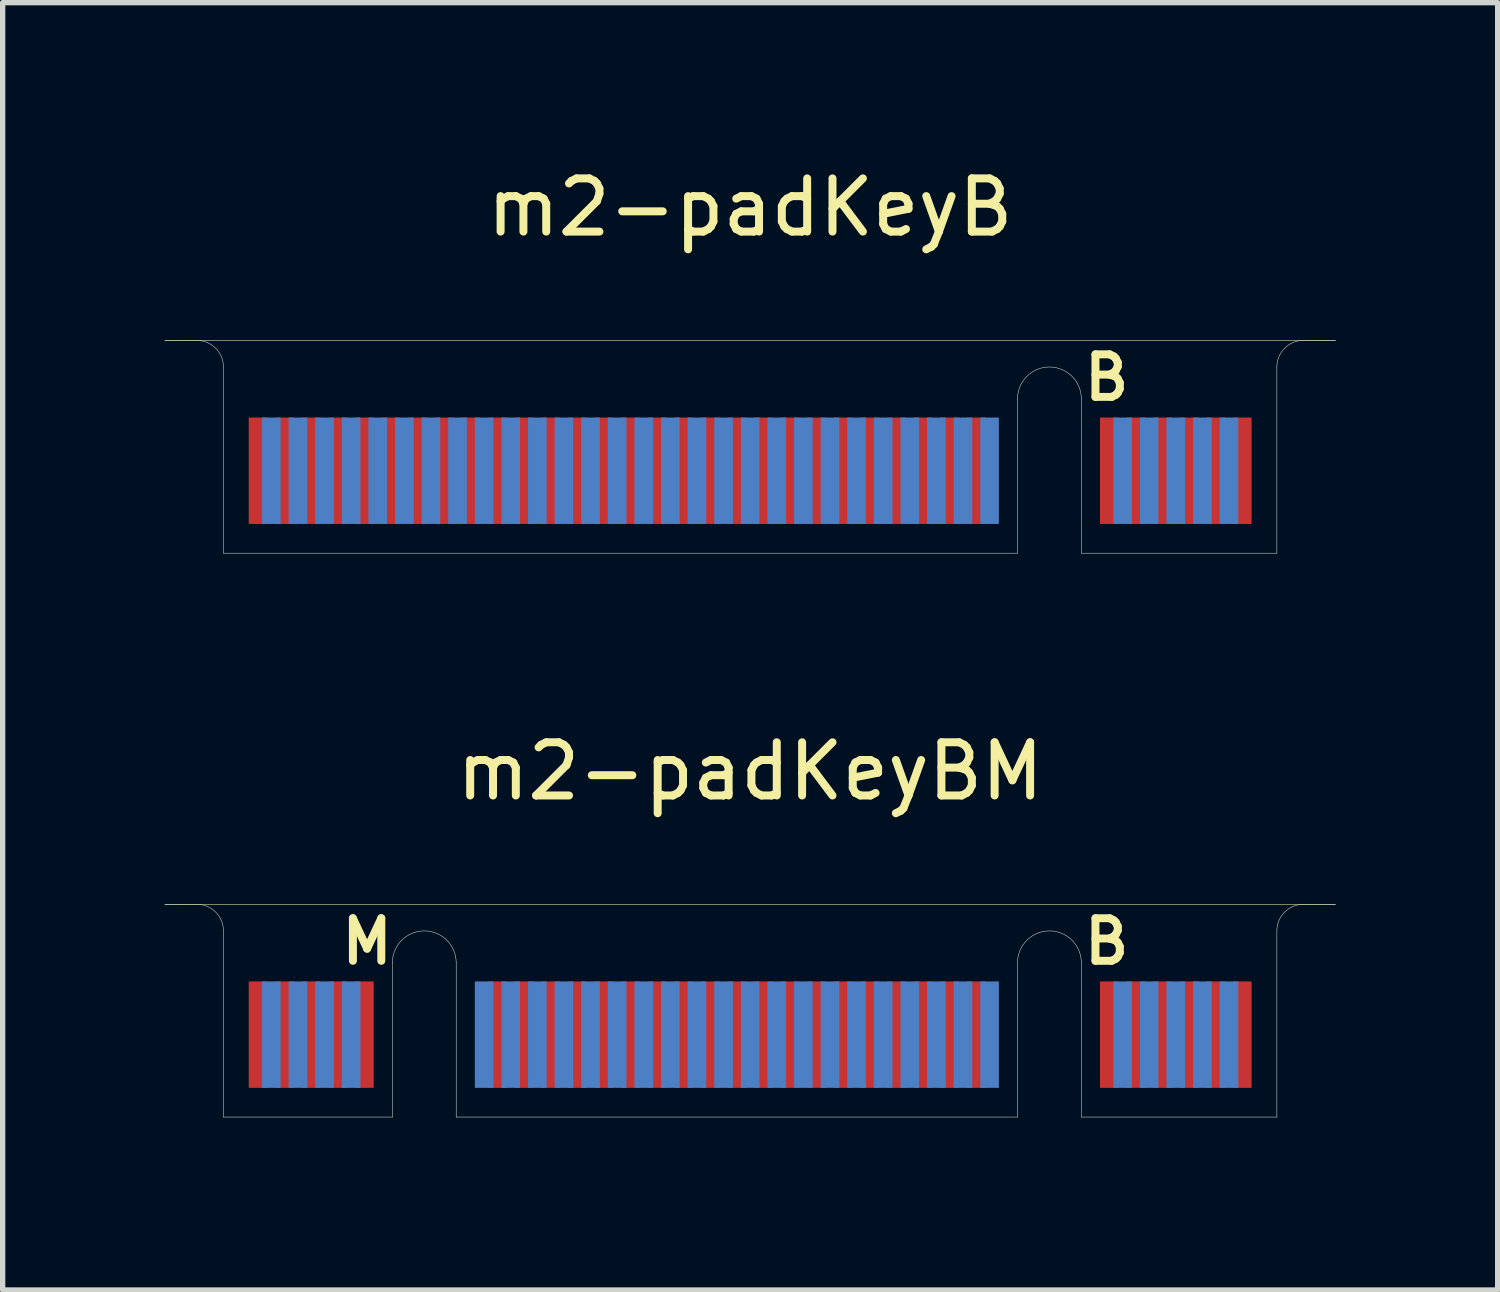
<source format=kicad_pcb>
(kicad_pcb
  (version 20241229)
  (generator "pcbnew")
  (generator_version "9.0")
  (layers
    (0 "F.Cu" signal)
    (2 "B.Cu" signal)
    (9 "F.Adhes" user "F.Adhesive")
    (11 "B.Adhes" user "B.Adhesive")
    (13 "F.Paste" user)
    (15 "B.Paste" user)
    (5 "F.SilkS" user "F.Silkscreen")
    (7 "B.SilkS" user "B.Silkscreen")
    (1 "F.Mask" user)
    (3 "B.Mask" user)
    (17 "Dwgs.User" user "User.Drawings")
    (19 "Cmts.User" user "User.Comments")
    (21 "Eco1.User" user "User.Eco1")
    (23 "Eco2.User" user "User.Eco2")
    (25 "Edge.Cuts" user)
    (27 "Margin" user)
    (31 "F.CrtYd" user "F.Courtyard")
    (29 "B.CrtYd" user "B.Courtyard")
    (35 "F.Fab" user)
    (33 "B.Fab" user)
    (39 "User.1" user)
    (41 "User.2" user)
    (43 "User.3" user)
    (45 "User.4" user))
  (footprint "m2-padKeyBM"
    (layer "F.Cu")
    (at 11.05 17.947)
    (property "Reference" "m2-padKeyBM" (at 0 -6.5 0) (layer "F.SilkS") (effects (font (size 1 1) (thickness 0.15))))
    (attr smd)
    (fp_poly (pts (xy -11 -4) (xy -11 0) (xy 11 0) (xy 11 -4)) (stroke (width 0.1) (type solid)) (fill yes) (layer "F.Mask"))
    (fp_poly (pts (xy -11 -4) (xy -11 0) (xy 11 0) (xy 11 -4)) (stroke (width 0.1) (type solid)) (fill yes) (layer "B.Mask"))
    (fp_line (start -11 -4) (end 11 -4) (stroke (width 0.01) (type solid)) (layer "F.SilkS"))
    (fp_line (start 0 0) (end 0 -4) (stroke (width 0.01) (type solid)) (layer "Eco1.User"))
    (fp_line (start -11 -4) (end -10.4 -4) (stroke (width 0.01) (type solid)) (layer "Edge.Cuts"))
    (fp_line (start -9.9 0) (end -9.9 -3.5) (stroke (width 0.01) (type solid)) (layer "Edge.Cuts"))
    (fp_line (start -9.9 0) (end -6.725 0) (stroke (width 0.01) (type solid)) (layer "Edge.Cuts"))
    (fp_line (start -6.725 0) (end -6.725 -2.9) (stroke (width 0.01) (type solid)) (layer "Edge.Cuts"))
    (fp_line (start -5.525 0) (end -5.525 -2.9) (stroke (width 0.01) (type solid)) (layer "Edge.Cuts"))
    (fp_line (start -5.525 0) (end 5.025 0) (stroke (width 0.01) (type solid)) (layer "Edge.Cuts"))
    (fp_line (start 5.025 0) (end 5.025 -2.9) (stroke (width 0.01) (type solid)) (layer "Edge.Cuts"))
    (fp_line (start 6.225 0) (end 6.225 -2.9) (stroke (width 0.01) (type solid)) (layer "Edge.Cuts"))
    (fp_line (start 6.225 0) (end 9.9 0) (stroke (width 0.01) (type solid)) (layer "Edge.Cuts"))
    (fp_line (start 9.9 0) (end 9.9 -3.5) (stroke (width 0.01) (type solid)) (layer "Edge.Cuts"))
    (fp_line (start 11 -4) (end 10.4 -4) (stroke (width 0.01) (type solid)) (layer "Edge.Cuts"))
    (fp_arc (start -10.4 -4) (mid -10.046447 -3.853553) (end -9.9 -3.5) (stroke (width 0.01) (type solid)) (layer "Edge.Cuts"))
    (fp_arc (start -6.725 -2.9) (mid -6.125 -3.5) (end -5.525 -2.9) (stroke (width 0.01) (type solid)) (layer "Edge.Cuts"))
    (fp_arc (start 5.025 -2.9) (mid 5.625 -3.5) (end 6.225 -2.9) (stroke (width 0.01) (type solid)) (layer "Edge.Cuts"))
    (fp_arc (start 9.9 -3.5) (mid 10.046447 -3.853553) (end 10.4 -4) (stroke (width 0.01) (type solid)) (layer "Edge.Cuts"))
    (fp_text user "B" (at 6.7 -3.3 0) (layer "F.SilkS") (effects (font (size 0.8 0.8) (thickness 0.15))))
    (fp_text user "M" (at -7.2 -3.3 0) (layer "F.SilkS") (effects (font (size 0.8 0.8) (thickness 0.15))))
    (pad "1" smd rect (at 9.25 -1.55) (size 0.35 2) (layers "F.Cu" "F.Mask"))
    (pad "2" smd rect (at 9 -1.55) (size 0.35 2) (layers "B.Cu" "B.Mask"))
    (pad "3" smd rect (at 8.75 -1.55) (size 0.35 2) (layers "F.Cu" "F.Mask"))
    (pad "4" smd rect (at 8.5 -1.55) (size 0.35 2) (layers "B.Cu" "B.Mask"))
    (pad "5" smd rect (at 8.25 -1.55) (size 0.35 2) (layers "F.Cu" "F.Mask"))
    (pad "6" smd rect (at 8 -1.55) (size 0.35 2) (layers "B.Cu" "B.Mask"))
    (pad "7" smd rect (at 7.75 -1.55) (size 0.35 2) (layers "F.Cu" "F.Mask"))
    (pad "8" smd rect (at 7.5 -1.55) (size 0.35 2) (layers "B.Cu" "B.Mask"))
    (pad "9" smd rect (at 7.25 -1.55) (size 0.35 2) (layers "F.Cu" "F.Mask"))
    (pad "10" smd rect (at 7 -1.55) (size 0.35 2) (layers "B.Cu" "B.Mask"))
    (pad "11" smd rect (at 6.75 -1.55) (size 0.35 2) (layers "F.Cu" "F.Mask"))
    (pad "20" smd rect (at 4.5 -1.55) (size 0.35 2) (layers "B.Cu" "B.Mask"))
    (pad "21" smd rect (at 4.25 -1.55) (size 0.35 2) (layers "F.Cu" "F.Mask"))
    (pad "22" smd rect (at 4 -1.55) (size 0.35 2) (layers "B.Cu" "B.Mask"))
    (pad "23" smd rect (at 3.75 -1.55) (size 0.35 2) (layers "F.Cu" "F.Mask"))
    (pad "24" smd rect (at 3.5 -1.55) (size 0.35 2) (layers "B.Cu" "B.Mask"))
    (pad "25" smd rect (at 3.25 -1.55) (size 0.35 2) (layers "F.Cu" "F.Mask"))
    (pad "26" smd rect (at 3 -1.55) (size 0.35 2) (layers "B.Cu" "B.Mask"))
    (pad "27" smd rect (at 2.75 -1.55) (size 0.35 2) (layers "F.Cu" "F.Mask"))
    (pad "28" smd rect (at 2.5 -1.55) (size 0.35 2) (layers "B.Cu" "B.Mask"))
    (pad "29" smd rect (at 2.25 -1.55) (size 0.35 2) (layers "F.Cu" "F.Mask"))
    (pad "30" smd rect (at 2 -1.55) (size 0.35 2) (layers "B.Cu" "B.Mask"))
    (pad "31" smd rect (at 1.75 -1.55) (size 0.35 2) (layers "F.Cu" "F.Mask"))
    (pad "32" smd rect (at 1.5 -1.55) (size 0.35 2) (layers "B.Cu" "B.Mask"))
    (pad "33" smd rect (at 1.25 -1.55) (size 0.35 2) (layers "F.Cu" "F.Mask"))
    (pad "34" smd rect (at 1 -1.55) (size 0.35 2) (layers "B.Cu" "B.Mask"))
    (pad "35" smd rect (at 0.75 -1.55) (size 0.35 2) (layers "F.Cu" "F.Mask"))
    (pad "36" smd rect (at 0.5 -1.55) (size 0.35 2) (layers "B.Cu" "B.Mask"))
    (pad "37" smd rect (at 0.25 -1.55) (size 0.35 2) (layers "F.Cu" "F.Mask"))
    (pad "38" smd rect (at 0 -1.55) (size 0.35 2) (layers "B.Cu" "B.Mask"))
    (pad "39" smd rect (at -0.25 -1.55) (size 0.35 2) (layers "F.Cu" "F.Mask"))
    (pad "40" smd rect (at -0.5 -1.55) (size 0.35 2) (layers "B.Cu" "B.Mask"))
    (pad "41" smd rect (at -0.75 -1.55) (size 0.35 2) (layers "F.Cu" "F.Mask"))
    (pad "42" smd rect (at -1 -1.55) (size 0.35 2) (layers "B.Cu" "B.Mask"))
    (pad "43" smd rect (at -1.25 -1.55) (size 0.35 2) (layers "F.Cu" "F.Mask"))
    (pad "44" smd rect (at -1.5 -1.55) (size 0.35 2) (layers "B.Cu" "B.Mask"))
    (pad "45" smd rect (at -1.75 -1.55) (size 0.35 2) (layers "F.Cu" "F.Mask"))
    (pad "46" smd rect (at -2 -1.55) (size 0.35 2) (layers "B.Cu" "B.Mask"))
    (pad "47" smd rect (at -2.25 -1.55) (size 0.35 2) (layers "F.Cu" "F.Mask"))
    (pad "48" smd rect (at -2.5 -1.55) (size 0.35 2) (layers "B.Cu" "B.Mask"))
    (pad "49" smd rect (at -2.75 -1.55) (size 0.35 2) (layers "F.Cu" "F.Mask"))
    (pad "50" smd rect (at -3 -1.55) (size 0.35 2) (layers "B.Cu" "B.Mask"))
    (pad "51" smd rect (at -3.25 -1.55) (size 0.35 2) (layers "F.Cu" "F.Mask"))
    (pad "52" smd rect (at -3.5 -1.55) (size 0.35 2) (layers "B.Cu" "B.Mask"))
    (pad "53" smd rect (at -3.75 -1.55) (size 0.35 2) (layers "F.Cu" "F.Mask"))
    (pad "54" smd rect (at -4 -1.55) (size 0.35 2) (layers "B.Cu" "B.Mask"))
    (pad "55" smd rect (at -4.25 -1.55) (size 0.35 2) (layers "F.Cu" "F.Mask"))
    (pad "56" smd rect (at -4.5 -1.55) (size 0.35 2) (layers "B.Cu" "B.Mask"))
    (pad "57" smd rect (at -4.75 -1.55) (size 0.35 2) (layers "F.Cu" "F.Mask"))
    (pad "58" smd rect (at -5 -1.55) (size 0.35 2) (layers "B.Cu" "B.Mask"))
    (pad "67" smd rect (at -7.25 -1.55) (size 0.35 2) (layers "F.Cu" "F.Mask"))
    (pad "68" smd rect (at -7.5 -1.55) (size 0.35 2) (layers "B.Cu" "B.Mask"))
    (pad "69" smd rect (at -7.75 -1.55) (size 0.35 2) (layers "F.Cu" "F.Mask"))
    (pad "70" smd rect (at -8 -1.55) (size 0.35 2) (layers "B.Cu" "B.Mask"))
    (pad "71" smd rect (at -8.25 -1.55) (size 0.35 2) (layers "F.Cu" "F.Mask"))
    (pad "72" smd rect (at -8.5 -1.55) (size 0.35 2) (layers "B.Cu" "B.Mask"))
    (pad "73" smd rect (at -8.75 -1.55) (size 0.35 2) (layers "F.Cu" "F.Mask"))
    (pad "74" smd rect (at -9 -1.55) (size 0.35 2) (layers "B.Cu" "B.Mask"))
    (pad "75" smd rect (at -9.25 -1.55) (size 0.35 2) (layers "F.Cu" "F.Mask")))
  (footprint "m2-padKeyB"
    (layer "F.Cu")
    (at 11.05 7.348)
    (property "Reference" "m2-padKeyB" (at 0 -6.5 0) (layer "F.SilkS") (effects (font (size 1 1) (thickness 0.15))))
    (attr smd)
    (fp_poly (pts (xy -11 -4) (xy -11 0) (xy 11 0) (xy 11 -4)) (stroke (width 0.1) (type solid)) (fill yes) (layer "F.Mask"))
    (fp_poly (pts (xy -11 -4) (xy -11 0) (xy 11 0) (xy 11 -4)) (stroke (width 0.1) (type solid)) (fill yes) (layer "B.Mask"))
    (fp_line (start -11 -4) (end 11 -4) (stroke (width 0.01) (type solid)) (layer "F.SilkS"))
    (fp_line (start 0 0) (end 0 -4) (stroke (width 0.01) (type solid)) (layer "Eco1.User"))
    (fp_line (start -11 -4) (end -10.4 -4) (stroke (width 0.01) (type solid)) (layer "Edge.Cuts"))
    (fp_line (start -9.9 0) (end -9.9 -3.5) (stroke (width 0.01) (type solid)) (layer "Edge.Cuts"))
    (fp_line (start -9.9 0) (end 5.025 0) (stroke (width 0.01) (type solid)) (layer "Edge.Cuts"))
    (fp_line (start 5.025 0) (end 5.025 -2.9) (stroke (width 0.01) (type solid)) (layer "Edge.Cuts"))
    (fp_line (start 6.225 0) (end 6.225 -2.9) (stroke (width 0.01) (type solid)) (layer "Edge.Cuts"))
    (fp_line (start 9.9 0) (end 6.225 0) (stroke (width 0.01) (type solid)) (layer "Edge.Cuts"))
    (fp_line (start 9.9 0) (end 9.9 -3.5) (stroke (width 0.01) (type solid)) (layer "Edge.Cuts"))
    (fp_line (start 11 -4) (end 10.4 -4) (stroke (width 0.01) (type solid)) (layer "Edge.Cuts"))
    (fp_arc (start -10.4 -4) (mid -10.046447 -3.853553) (end -9.9 -3.5) (stroke (width 0.01) (type solid)) (layer "Edge.Cuts"))
    (fp_arc (start 5.025 -2.9) (mid 5.625 -3.5) (end 6.225 -2.9) (stroke (width 0.01) (type solid)) (layer "Edge.Cuts"))
    (fp_arc (start 9.9 -3.5) (mid 10.046447 -3.853553) (end 10.4 -4) (stroke (width 0.01) (type solid)) (layer "Edge.Cuts"))
    (fp_text user "B" (at 6.7 -3.3 0) (layer "F.SilkS") (effects (font (size 0.8 0.8) (thickness 0.15))))
    (pad "1" smd rect (at 9.25 -1.55) (size 0.35 2) (layers "F.Cu" "F.Mask"))
    (pad "2" smd rect (at 9 -1.55) (size 0.35 2) (layers "B.Cu" "B.Mask"))
    (pad "3" smd rect (at 8.75 -1.55) (size 0.35 2) (layers "F.Cu" "F.Mask"))
    (pad "4" smd rect (at 8.5 -1.55) (size 0.35 2) (layers "B.Cu" "B.Mask"))
    (pad "5" smd rect (at 8.25 -1.55) (size 0.35 2) (layers "F.Cu" "F.Mask"))
    (pad "6" smd rect (at 8 -1.55) (size 0.35 2) (layers "B.Cu" "B.Mask"))
    (pad "7" smd rect (at 7.75 -1.55) (size 0.35 2) (layers "F.Cu" "F.Mask"))
    (pad "8" smd rect (at 7.5 -1.55) (size 0.35 2) (layers "B.Cu" "B.Mask"))
    (pad "9" smd rect (at 7.25 -1.55) (size 0.35 2) (layers "F.Cu" "F.Mask"))
    (pad "10" smd rect (at 7 -1.55) (size 0.35 2) (layers "B.Cu" "B.Mask"))
    (pad "11" smd rect (at 6.75 -1.55) (size 0.35 2) (layers "F.Cu" "F.Mask"))
    (pad "20" smd rect (at 4.5 -1.55) (size 0.35 2) (layers "B.Cu" "B.Mask"))
    (pad "21" smd rect (at 4.25 -1.55) (size 0.35 2) (layers "F.Cu" "F.Mask"))
    (pad "22" smd rect (at 4 -1.55) (size 0.35 2) (layers "B.Cu" "B.Mask"))
    (pad "23" smd rect (at 3.75 -1.55) (size 0.35 2) (layers "F.Cu" "F.Mask"))
    (pad "24" smd rect (at 3.5 -1.55) (size 0.35 2) (layers "B.Cu" "B.Mask"))
    (pad "25" smd rect (at 3.25 -1.55) (size 0.35 2) (layers "F.Cu" "F.Mask"))
    (pad "26" smd rect (at 3 -1.55) (size 0.35 2) (layers "B.Cu" "B.Mask"))
    (pad "27" smd rect (at 2.75 -1.55) (size 0.35 2) (layers "F.Cu" "F.Mask"))
    (pad "28" smd rect (at 2.5 -1.55) (size 0.35 2) (layers "B.Cu" "B.Mask"))
    (pad "29" smd rect (at 2.25 -1.55) (size 0.35 2) (layers "F.Cu" "F.Mask"))
    (pad "30" smd rect (at 2 -1.55) (size 0.35 2) (layers "B.Cu" "B.Mask"))
    (pad "31" smd rect (at 1.75 -1.55) (size 0.35 2) (layers "F.Cu" "F.Mask"))
    (pad "32" smd rect (at 1.5 -1.55) (size 0.35 2) (layers "B.Cu" "B.Mask"))
    (pad "33" smd rect (at 1.25 -1.55) (size 0.35 2) (layers "F.Cu" "F.Mask"))
    (pad "34" smd rect (at 1 -1.55) (size 0.35 2) (layers "B.Cu" "B.Mask"))
    (pad "35" smd rect (at 0.75 -1.55) (size 0.35 2) (layers "F.Cu" "F.Mask"))
    (pad "36" smd rect (at 0.5 -1.55) (size 0.35 2) (layers "B.Cu" "B.Mask"))
    (pad "37" smd rect (at 0.25 -1.55) (size 0.35 2) (layers "F.Cu" "F.Mask"))
    (pad "38" smd rect (at 0 -1.55) (size 0.35 2) (layers "B.Cu" "B.Mask"))
    (pad "39" smd rect (at -0.25 -1.55) (size 0.35 2) (layers "F.Cu" "F.Mask"))
    (pad "40" smd rect (at -0.5 -1.55) (size 0.35 2) (layers "B.Cu" "B.Mask"))
    (pad "41" smd rect (at -0.75 -1.55) (size 0.35 2) (layers "F.Cu" "F.Mask"))
    (pad "42" smd rect (at -1 -1.55) (size 0.35 2) (layers "B.Cu" "B.Mask"))
    (pad "43" smd rect (at -1.25 -1.55) (size 0.35 2) (layers "F.Cu" "F.Mask"))
    (pad "44" smd rect (at -1.5 -1.55) (size 0.35 2) (layers "B.Cu" "B.Mask"))
    (pad "45" smd rect (at -1.75 -1.55) (size 0.35 2) (layers "F.Cu" "F.Mask"))
    (pad "46" smd rect (at -2 -1.55) (size 0.35 2) (layers "B.Cu" "B.Mask"))
    (pad "47" smd rect (at -2.25 -1.55) (size 0.35 2) (layers "F.Cu" "F.Mask"))
    (pad "48" smd rect (at -2.5 -1.55) (size 0.35 2) (layers "B.Cu" "B.Mask"))
    (pad "49" smd rect (at -2.75 -1.55) (size 0.35 2) (layers "F.Cu" "F.Mask"))
    (pad "50" smd rect (at -3 -1.55) (size 0.35 2) (layers "B.Cu" "B.Mask"))
    (pad "51" smd rect (at -3.25 -1.55) (size 0.35 2) (layers "F.Cu" "F.Mask"))
    (pad "52" smd rect (at -3.5 -1.55) (size 0.35 2) (layers "B.Cu" "B.Mask"))
    (pad "53" smd rect (at -3.75 -1.55) (size 0.35 2) (layers "F.Cu" "F.Mask"))
    (pad "54" smd rect (at -4 -1.55) (size 0.35 2) (layers "B.Cu" "B.Mask"))
    (pad "55" smd rect (at -4.25 -1.55) (size 0.35 2) (layers "F.Cu" "F.Mask"))
    (pad "56" smd rect (at -4.5 -1.55) (size 0.35 2) (layers "B.Cu" "B.Mask"))
    (pad "57" smd rect (at -4.75 -1.55) (size 0.35 2) (layers "F.Cu" "F.Mask"))
    (pad "58" smd rect (at -5 -1.55) (size 0.35 2) (layers "B.Cu" "B.Mask"))
    (pad "59" smd rect (at -5.25 -1.55) (size 0.35 2) (layers "F.Cu" "F.Mask"))
    (pad "60" smd rect (at -5.5 -1.55) (size 0.35 2) (layers "B.Cu" "B.Mask"))
    (pad "61" smd rect (at -5.75 -1.55) (size 0.35 2) (layers "F.Cu" "F.Mask"))
    (pad "62" smd rect (at -6 -1.55) (size 0.35 2) (layers "B.Cu" "B.Mask"))
    (pad "63" smd rect (at -6.25 -1.55) (size 0.35 2) (layers "F.Cu" "F.Mask"))
    (pad "64" smd rect (at -6.5 -1.55) (size 0.35 2) (layers "B.Cu" "B.Mask"))
    (pad "65" smd rect (at -6.75 -1.55) (size 0.35 2) (layers "F.Cu" "F.Mask"))
    (pad "66" smd rect (at -7 -1.55) (size 0.35 2) (layers "B.Cu" "B.Mask"))
    (pad "67" smd rect (at -7.25 -1.55) (size 0.35 2) (layers "F.Cu" "F.Mask"))
    (pad "68" smd rect (at -7.5 -1.55) (size 0.35 2) (layers "B.Cu" "B.Mask"))
    (pad "69" smd rect (at -7.75 -1.55) (size 0.35 2) (layers "F.Cu" "F.Mask"))
    (pad "70" smd rect (at -8 -1.55) (size 0.35 2) (layers "B.Cu" "B.Mask"))
    (pad "71" smd rect (at -8.25 -1.55) (size 0.35 2) (layers "F.Cu" "F.Mask"))
    (pad "72" smd rect (at -8.5 -1.55) (size 0.35 2) (layers "B.Cu" "B.Mask"))
    (pad "73" smd rect (at -8.75 -1.55) (size 0.35 2) (layers "F.Cu" "F.Mask"))
    (pad "74" smd rect (at -9 -1.55) (size 0.35 2) (layers "B.Cu" "B.Mask"))
    (pad "75" smd rect (at -9.25 -1.55) (size 0.35 2) (layers "F.Cu" "F.Mask")))
  (gr_rect
    (start -3 -3)
    (end 25.1 21.197)
    (stroke (width 0.1) (type default))
    (fill no)
    (layer "Edge.Cuts")))
</source>
